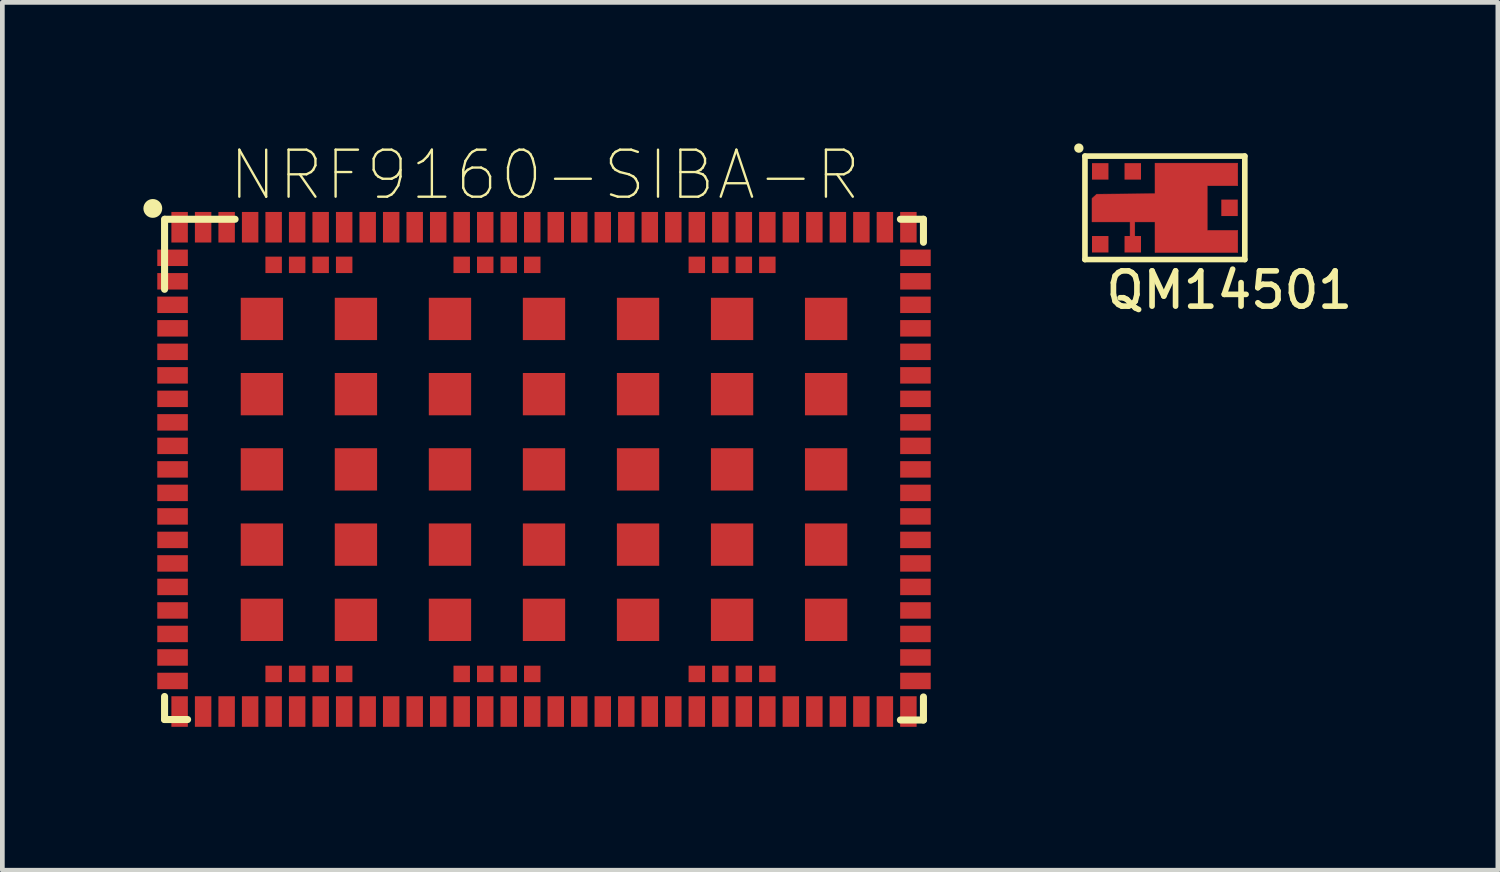
<source format=kicad_pcb>
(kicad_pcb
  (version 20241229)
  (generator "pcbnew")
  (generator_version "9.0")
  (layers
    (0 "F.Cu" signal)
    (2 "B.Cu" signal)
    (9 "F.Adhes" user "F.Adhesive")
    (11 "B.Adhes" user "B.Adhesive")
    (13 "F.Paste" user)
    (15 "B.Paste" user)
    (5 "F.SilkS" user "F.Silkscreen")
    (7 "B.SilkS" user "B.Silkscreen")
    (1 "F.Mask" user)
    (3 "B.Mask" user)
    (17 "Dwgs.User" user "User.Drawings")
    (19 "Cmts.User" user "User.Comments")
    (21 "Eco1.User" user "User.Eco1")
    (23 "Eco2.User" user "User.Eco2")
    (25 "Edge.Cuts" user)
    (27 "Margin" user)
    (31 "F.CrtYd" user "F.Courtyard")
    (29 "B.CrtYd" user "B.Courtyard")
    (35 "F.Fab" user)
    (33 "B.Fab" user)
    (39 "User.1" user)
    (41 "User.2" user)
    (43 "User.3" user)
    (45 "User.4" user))
  (footprint "NRF9160-SIBA-R"
    (layer "F.Cu")
    (at 8.52 6.933)
    (property "Reference" "NRF9160-SIBA-R" (at 0.02 -6.26 0) (layer "F.SilkS") (effects (font (size 1 1) (thickness 0.05))))
    (attr smd)
    (fp_line (start -8.07 -5.32) (end -8.07 -3.83) (stroke (width 0.15) (type solid)) (layer "F.SilkS"))
    (fp_line (start -8.07 5.32) (end -8.07 4.83) (stroke (width 0.15) (type solid)) (layer "F.SilkS"))
    (fp_line (start -8.07 5.32) (end -7.58 5.32) (stroke (width 0.15) (type solid)) (layer "F.SilkS"))
    (fp_line (start -8.06 -5.32) (end -6.57 -5.32) (stroke (width 0.15) (type solid)) (layer "F.SilkS"))
    (fp_line (start 8.07 -5.32) (end 7.58 -5.32) (stroke (width 0.15) (type solid)) (layer "F.SilkS"))
    (fp_line (start 8.07 -5.32) (end 8.07 -4.83) (stroke (width 0.15) (type solid)) (layer "F.SilkS"))
    (fp_line (start 8.07 5.33) (end 7.58 5.33) (stroke (width 0.15) (type solid)) (layer "F.SilkS"))
    (fp_line (start 8.07 5.33) (end 8.07 4.84) (stroke (width 0.15) (type solid)) (layer "F.SilkS"))
    (fp_circle (center -8.32 -5.55) (end -8.22 -5.55) (stroke (width 0.2) (type solid)) (fill no) (layer "F.SilkS"))
    (fp_line (start -8.25 -5.5) (end 8.25 -5.5) (stroke (width 0.05) (type solid)) (layer "Eco1.User"))
    (fp_line (start -8.25 5.5) (end -8.25 -5.5) (stroke (width 0.05) (type solid)) (layer "Eco1.User"))
    (fp_line (start 8.25 -5.5) (end 8.25 5.5) (stroke (width 0.05) (type solid)) (layer "Eco1.User"))
    (fp_line (start 8.25 5.5) (end -8.25 5.5) (stroke (width 0.05) (type solid)) (layer "Eco1.User"))
    (fp_line (start -8 -5.25) (end -8 5.25) (stroke (width 0.127) (type solid)) (layer "Eco2.User"))
    (fp_line (start -8 5.25) (end 8 5.25) (stroke (width 0.127) (type solid)) (layer "Eco2.User"))
    (fp_line (start 8 -5.25) (end -8 -5.25) (stroke (width 0.127) (type solid)) (layer "Eco2.User"))
    (fp_line (start 8 5.25) (end 8 -5.25) (stroke (width 0.127) (type solid)) (layer "Eco2.User"))
    (fp_circle (center -8.32 -5.55) (end -8.22 -5.55) (stroke (width 0.2) (type solid)) (fill no) (layer "Eco2.User"))
    (pad "1" smd rect (at -7.75 -5.15) (size 0.35 0.65) (layers "F.Cu" "F.Mask" "F.Paste"))
    (pad "2" smd rect (at -7.9 -4.5) (size 0.65 0.35) (layers "F.Cu" "F.Mask" "F.Paste"))
    (pad "3" smd rect (at -7.9 -4) (size 0.65 0.35) (layers "F.Cu" "F.Mask" "F.Paste"))
    (pad "4" smd rect (at -7.9 -3.5) (size 0.65 0.35) (layers "F.Cu" "F.Mask" "F.Paste"))
    (pad "5" smd rect (at -7.9 -3) (size 0.65 0.35) (layers "F.Cu" "F.Mask" "F.Paste"))
    (pad "6" smd rect (at -7.9 -2.5) (size 0.65 0.35) (layers "F.Cu" "F.Mask" "F.Paste"))
    (pad "7" smd rect (at -7.9 -2) (size 0.65 0.35) (layers "F.Cu" "F.Mask" "F.Paste"))
    (pad "8" smd rect (at -7.9 -1.5) (size 0.65 0.35) (layers "F.Cu" "F.Mask" "F.Paste"))
    (pad "9" smd rect (at -7.9 -1) (size 0.65 0.35) (layers "F.Cu" "F.Mask" "F.Paste"))
    (pad "10" smd rect (at -7.9 -0.5) (size 0.65 0.35) (layers "F.Cu" "F.Mask" "F.Paste"))
    (pad "11" smd rect (at -7.9 0) (size 0.65 0.35) (layers "F.Cu" "F.Mask" "F.Paste"))
    (pad "12" smd rect (at -7.9 0.5) (size 0.65 0.35) (layers "F.Cu" "F.Mask" "F.Paste"))
    (pad "13" smd rect (at -7.9 1) (size 0.65 0.35) (layers "F.Cu" "F.Mask" "F.Paste"))
    (pad "14" smd rect (at -7.9 1.5) (size 0.65 0.35) (layers "F.Cu" "F.Mask" "F.Paste"))
    (pad "15" smd rect (at -7.9 2) (size 0.65 0.35) (layers "F.Cu" "F.Mask" "F.Paste"))
    (pad "16" smd rect (at -7.9 2.5) (size 0.65 0.35) (layers "F.Cu" "F.Mask" "F.Paste"))
    (pad "17" smd rect (at -7.9 3) (size 0.65 0.35) (layers "F.Cu" "F.Mask" "F.Paste"))
    (pad "18" smd rect (at -7.9 3.5) (size 0.65 0.35) (layers "F.Cu" "F.Mask" "F.Paste"))
    (pad "19" smd rect (at -7.9 4) (size 0.65 0.35) (layers "F.Cu" "F.Mask" "F.Paste"))
    (pad "20" smd rect (at -7.9 4.5) (size 0.65 0.35) (layers "F.Cu" "F.Mask" "F.Paste"))
    (pad "21" smd rect (at -7.75 5.15) (size 0.35 0.65) (layers "F.Cu" "F.Mask" "F.Paste"))
    (pad "22" smd rect (at -7.25 5.15) (size 0.35 0.65) (layers "F.Cu" "F.Mask" "F.Paste"))
    (pad "23" smd rect (at -6.75 5.15) (size 0.35 0.65) (layers "F.Cu" "F.Mask" "F.Paste"))
    (pad "24" smd rect (at -6.25 5.15) (size 0.35 0.65) (layers "F.Cu" "F.Mask" "F.Paste"))
    (pad "25" smd rect (at -5.75 5.15) (size 0.35 0.65) (layers "F.Cu" "F.Mask" "F.Paste"))
    (pad "26" smd rect (at -5.25 5.15) (size 0.35 0.65) (layers "F.Cu" "F.Mask" "F.Paste"))
    (pad "27" smd rect (at -4.75 5.15) (size 0.35 0.65) (layers "F.Cu" "F.Mask" "F.Paste"))
    (pad "28" smd rect (at -4.25 5.15) (size 0.35 0.65) (layers "F.Cu" "F.Mask" "F.Paste"))
    (pad "29" smd rect (at -3.75 5.15) (size 0.35 0.65) (layers "F.Cu" "F.Mask" "F.Paste"))
    (pad "30" smd rect (at -3.25 5.15) (size 0.35 0.65) (layers "F.Cu" "F.Mask" "F.Paste"))
    (pad "31" smd rect (at -2.75 5.15) (size 0.35 0.65) (layers "F.Cu" "F.Mask" "F.Paste"))
    (pad "32" smd rect (at -2.25 5.15) (size 0.35 0.65) (layers "F.Cu" "F.Mask" "F.Paste"))
    (pad "33" smd rect (at -1.75 5.15) (size 0.35 0.65) (layers "F.Cu" "F.Mask" "F.Paste"))
    (pad "34" smd rect (at -1.25 5.15) (size 0.35 0.65) (layers "F.Cu" "F.Mask" "F.Paste"))
    (pad "35" smd rect (at -0.75 5.15) (size 0.35 0.65) (layers "F.Cu" "F.Mask" "F.Paste"))
    (pad "36" smd rect (at -0.25 5.15) (size 0.35 0.65) (layers "F.Cu" "F.Mask" "F.Paste"))
    (pad "37" smd rect (at 0.25 5.15) (size 0.35 0.65) (layers "F.Cu" "F.Mask" "F.Paste"))
    (pad "38" smd rect (at 0.75 5.15) (size 0.35 0.65) (layers "F.Cu" "F.Mask" "F.Paste"))
    (pad "39" smd rect (at 1.25 5.15) (size 0.35 0.65) (layers "F.Cu" "F.Mask" "F.Paste"))
    (pad "40" smd rect (at 1.75 5.15) (size 0.35 0.65) (layers "F.Cu" "F.Mask" "F.Paste"))
    (pad "41" smd rect (at 2.25 5.15) (size 0.35 0.65) (layers "F.Cu" "F.Mask" "F.Paste"))
    (pad "42" smd rect (at 2.75 5.15) (size 0.35 0.65) (layers "F.Cu" "F.Mask" "F.Paste"))
    (pad "43" smd rect (at 3.25 5.15) (size 0.35 0.65) (layers "F.Cu" "F.Mask" "F.Paste"))
    (pad "44" smd rect (at 3.75 5.15) (size 0.35 0.65) (layers "F.Cu" "F.Mask" "F.Paste"))
    (pad "45" smd rect (at 4.25 5.15) (size 0.35 0.65) (layers "F.Cu" "F.Mask" "F.Paste"))
    (pad "46" smd rect (at 4.75 5.15) (size 0.35 0.65) (layers "F.Cu" "F.Mask" "F.Paste"))
    (pad "47" smd rect (at 5.25 5.15) (size 0.35 0.65) (layers "F.Cu" "F.Mask" "F.Paste"))
    (pad "48" smd rect (at 5.75 5.15) (size 0.35 0.65) (layers "F.Cu" "F.Mask" "F.Paste"))
    (pad "49" smd rect (at 6.25 5.15) (size 0.35 0.65) (layers "F.Cu" "F.Mask" "F.Paste"))
    (pad "50" smd rect (at 6.75 5.15) (size 0.35 0.65) (layers "F.Cu" "F.Mask" "F.Paste"))
    (pad "51" smd rect (at 7.25 5.15) (size 0.35 0.65) (layers "F.Cu" "F.Mask" "F.Paste"))
    (pad "52" smd rect (at 7.75 5.15) (size 0.35 0.65) (layers "F.Cu" "F.Mask" "F.Paste"))
    (pad "53" smd rect (at 7.9 4.5 180) (size 0.65 0.35) (layers "F.Cu" "F.Mask" "F.Paste"))
    (pad "54" smd rect (at 7.9 4 180) (size 0.65 0.35) (layers "F.Cu" "F.Mask" "F.Paste"))
    (pad "55" smd rect (at 7.9 3.5 180) (size 0.65 0.35) (layers "F.Cu" "F.Mask" "F.Paste"))
    (pad "56" smd rect (at 7.9 3 180) (size 0.65 0.35) (layers "F.Cu" "F.Mask" "F.Paste"))
    (pad "57" smd rect (at 7.9 2.5 180) (size 0.65 0.35) (layers "F.Cu" "F.Mask" "F.Paste"))
    (pad "58" smd rect (at 7.9 2 180) (size 0.65 0.35) (layers "F.Cu" "F.Mask" "F.Paste"))
    (pad "59" smd rect (at 7.9 1.5 180) (size 0.65 0.35) (layers "F.Cu" "F.Mask" "F.Paste"))
    (pad "60" smd rect (at 7.9 1 180) (size 0.65 0.35) (layers "F.Cu" "F.Mask" "F.Paste"))
    (pad "61" smd rect (at 7.9 0.5 180) (size 0.65 0.35) (layers "F.Cu" "F.Mask" "F.Paste"))
    (pad "62" smd rect (at 7.9 0 180) (size 0.65 0.35) (layers "F.Cu" "F.Mask" "F.Paste"))
    (pad "63" smd rect (at 7.9 -0.5 180) (size 0.65 0.35) (layers "F.Cu" "F.Mask" "F.Paste"))
    (pad "64" smd rect (at 7.9 -1 180) (size 0.65 0.35) (layers "F.Cu" "F.Mask" "F.Paste"))
    (pad "65" smd rect (at 7.9 -1.5 180) (size 0.65 0.35) (layers "F.Cu" "F.Mask" "F.Paste"))
    (pad "66" smd rect (at 7.9 -2 180) (size 0.65 0.35) (layers "F.Cu" "F.Mask" "F.Paste"))
    (pad "67" smd rect (at 7.9 -2.5 180) (size 0.65 0.35) (layers "F.Cu" "F.Mask" "F.Paste"))
    (pad "68" smd rect (at 7.9 -3 180) (size 0.65 0.35) (layers "F.Cu" "F.Mask" "F.Paste"))
    (pad "69" smd rect (at 7.9 -3.5 180) (size 0.65 0.35) (layers "F.Cu" "F.Mask" "F.Paste"))
    (pad "70" smd rect (at 7.9 -4 180) (size 0.65 0.35) (layers "F.Cu" "F.Mask" "F.Paste"))
    (pad "71" smd rect (at 7.9 -4.5 180) (size 0.65 0.35) (layers "F.Cu" "F.Mask" "F.Paste"))
    (pad "72" smd rect (at 7.75 -5.15 180) (size 0.35 0.65) (layers "F.Cu" "F.Mask" "F.Paste"))
    (pad "73" smd rect (at 7.25 -5.15 180) (size 0.35 0.65) (layers "F.Cu" "F.Mask" "F.Paste"))
    (pad "74" smd rect (at 6.75 -5.15 180) (size 0.35 0.65) (layers "F.Cu" "F.Mask" "F.Paste"))
    (pad "75" smd rect (at 6.25 -5.15 180) (size 0.35 0.65) (layers "F.Cu" "F.Mask" "F.Paste"))
    (pad "76" smd rect (at 5.75 -5.15 180) (size 0.35 0.65) (layers "F.Cu" "F.Mask" "F.Paste"))
    (pad "77" smd rect (at 5.25 -5.15 180) (size 0.35 0.65) (layers "F.Cu" "F.Mask" "F.Paste"))
    (pad "78" smd rect (at 4.75 -5.15 180) (size 0.35 0.65) (layers "F.Cu" "F.Mask" "F.Paste"))
    (pad "79" smd rect (at 4.25 -5.15 180) (size 0.35 0.65) (layers "F.Cu" "F.Mask" "F.Paste"))
    (pad "80" smd rect (at 3.75 -5.15 180) (size 0.35 0.65) (layers "F.Cu" "F.Mask" "F.Paste"))
    (pad "81" smd rect (at 3.25 -5.15 180) (size 0.35 0.65) (layers "F.Cu" "F.Mask" "F.Paste"))
    (pad "82" smd rect (at 2.75 -5.15 180) (size 0.35 0.65) (layers "F.Cu" "F.Mask" "F.Paste"))
    (pad "83" smd rect (at 2.25 -5.15 180) (size 0.35 0.65) (layers "F.Cu" "F.Mask" "F.Paste"))
    (pad "84" smd rect (at 1.75 -5.15 180) (size 0.35 0.65) (layers "F.Cu" "F.Mask" "F.Paste"))
    (pad "85" smd rect (at 1.25 -5.15 180) (size 0.35 0.65) (layers "F.Cu" "F.Mask" "F.Paste"))
    (pad "86" smd rect (at 0.75 -5.15 180) (size 0.35 0.65) (layers "F.Cu" "F.Mask" "F.Paste"))
    (pad "87" smd rect (at 0.25 -5.15 180) (size 0.35 0.65) (layers "F.Cu" "F.Mask" "F.Paste"))
    (pad "88" smd rect (at -0.25 -5.15 180) (size 0.35 0.65) (layers "F.Cu" "F.Mask" "F.Paste"))
    (pad "89" smd rect (at -0.75 -5.15 180) (size 0.35 0.65) (layers "F.Cu" "F.Mask" "F.Paste"))
    (pad "90" smd rect (at -1.25 -5.15 180) (size 0.35 0.65) (layers "F.Cu" "F.Mask" "F.Paste"))
    (pad "91" smd rect (at -1.75 -5.15 180) (size 0.35 0.65) (layers "F.Cu" "F.Mask" "F.Paste"))
    (pad "92" smd rect (at -2.25 -5.15 180) (size 0.35 0.65) (layers "F.Cu" "F.Mask" "F.Paste"))
    (pad "93" smd rect (at -2.75 -5.15 180) (size 0.35 0.65) (layers "F.Cu" "F.Mask" "F.Paste"))
    (pad "94" smd rect (at -3.25 -5.15 180) (size 0.35 0.65) (layers "F.Cu" "F.Mask" "F.Paste"))
    (pad "95" smd rect (at -3.75 -5.15 180) (size 0.35 0.65) (layers "F.Cu" "F.Mask" "F.Paste"))
    (pad "96" smd rect (at -4.25 -5.15 180) (size 0.35 0.65) (layers "F.Cu" "F.Mask" "F.Paste"))
    (pad "97" smd rect (at -4.75 -5.15 180) (size 0.35 0.65) (layers "F.Cu" "F.Mask" "F.Paste"))
    (pad "98" smd rect (at -5.25 -5.15 180) (size 0.35 0.65) (layers "F.Cu" "F.Mask" "F.Paste"))
    (pad "99" smd rect (at -5.75 -5.15 180) (size 0.35 0.65) (layers "F.Cu" "F.Mask" "F.Paste"))
    (pad "100" smd rect (at -6.25 -5.15 180) (size 0.35 0.65) (layers "F.Cu" "F.Mask" "F.Paste"))
    (pad "101" smd rect (at -6.75 -5.15 180) (size 0.35 0.65) (layers "F.Cu" "F.Mask" "F.Paste"))
    (pad "102" smd rect (at -7.25 -5.15 180) (size 0.35 0.65) (layers "F.Cu" "F.Mask" "F.Paste"))
    (pad "103_1" smd rect (at -6 3.2) (size 0.9 0.9) (layers "F.Cu" "F.Mask" "F.Paste"))
    (pad "103_2" smd rect (at -6 1.6) (size 0.9 0.9) (layers "F.Cu" "F.Mask" "F.Paste"))
    (pad "103_3" smd rect (at -6 0) (size 0.9 0.9) (layers "F.Cu" "F.Mask" "F.Paste"))
    (pad "103_4" smd rect (at -6 -1.6) (size 0.9 0.9) (layers "F.Cu" "F.Mask" "F.Paste"))
    (pad "103_5" smd rect (at -6 -3.2) (size 0.9 0.9) (layers "F.Cu" "F.Mask" "F.Paste"))
    (pad "103_6" smd rect (at -4 3.2) (size 0.9 0.9) (layers "F.Cu" "F.Mask" "F.Paste"))
    (pad "103_7" smd rect (at -4 1.6) (size 0.9 0.9) (layers "F.Cu" "F.Mask" "F.Paste"))
    (pad "103_8" smd rect (at -4 0) (size 0.9 0.9) (layers "F.Cu" "F.Mask" "F.Paste"))
    (pad "103_9" smd rect (at -4 -1.6) (size 0.9 0.9) (layers "F.Cu" "F.Mask" "F.Paste"))
    (pad "103_10" smd rect (at -4 -3.2) (size 0.9 0.9) (layers "F.Cu" "F.Mask" "F.Paste"))
    (pad "103_11" smd rect (at -2 3.2) (size 0.9 0.9) (layers "F.Cu" "F.Mask" "F.Paste"))
    (pad "103_12" smd rect (at -2 1.6) (size 0.9 0.9) (layers "F.Cu" "F.Mask" "F.Paste"))
    (pad "103_13" smd rect (at -2 0) (size 0.9 0.9) (layers "F.Cu" "F.Mask" "F.Paste"))
    (pad "103_14" smd rect (at -2 -1.6) (size 0.9 0.9) (layers "F.Cu" "F.Mask" "F.Paste"))
    (pad "103_15" smd rect (at -2 -3.2) (size 0.9 0.9) (layers "F.Cu" "F.Mask" "F.Paste"))
    (pad "103_16" smd rect (at 0 3.2) (size 0.9 0.9) (layers "F.Cu" "F.Mask" "F.Paste"))
    (pad "103_17" smd rect (at 0 1.6) (size 0.9 0.9) (layers "F.Cu" "F.Mask" "F.Paste"))
    (pad "103_18" smd rect (at 0 0) (size 0.9 0.9) (layers "F.Cu" "F.Mask" "F.Paste"))
    (pad "103_19" smd rect (at 0 -1.6) (size 0.9 0.9) (layers "F.Cu" "F.Mask" "F.Paste"))
    (pad "103_20" smd rect (at 0 -3.2) (size 0.9 0.9) (layers "F.Cu" "F.Mask" "F.Paste"))
    (pad "103_21" smd rect (at 2 3.2) (size 0.9 0.9) (layers "F.Cu" "F.Mask" "F.Paste"))
    (pad "103_22" smd rect (at 2 1.6) (size 0.9 0.9) (layers "F.Cu" "F.Mask" "F.Paste"))
    (pad "103_23" smd rect (at 2 0) (size 0.9 0.9) (layers "F.Cu" "F.Mask" "F.Paste"))
    (pad "103_24" smd rect (at 2 -1.6) (size 0.9 0.9) (layers "F.Cu" "F.Mask" "F.Paste"))
    (pad "103_25" smd rect (at 2 -3.2) (size 0.9 0.9) (layers "F.Cu" "F.Mask" "F.Paste"))
    (pad "103_26" smd rect (at 4 3.2) (size 0.9 0.9) (layers "F.Cu" "F.Mask" "F.Paste"))
    (pad "103_27" smd rect (at 4 1.6) (size 0.9 0.9) (layers "F.Cu" "F.Mask" "F.Paste"))
    (pad "103_28" smd rect (at 4 0) (size 0.9 0.9) (layers "F.Cu" "F.Mask" "F.Paste"))
    (pad "103_29" smd rect (at 4 -1.6) (size 0.9 0.9) (layers "F.Cu" "F.Mask" "F.Paste"))
    (pad "103_30" smd rect (at 4 -3.2) (size 0.9 0.9) (layers "F.Cu" "F.Mask" "F.Paste"))
    (pad "103_31" smd rect (at 6 3.2) (size 0.9 0.9) (layers "F.Cu" "F.Mask" "F.Paste"))
    (pad "103_32" smd rect (at 6 1.6) (size 0.9 0.9) (layers "F.Cu" "F.Mask" "F.Paste"))
    (pad "103_33" smd rect (at 6 0) (size 0.9 0.9) (layers "F.Cu" "F.Mask" "F.Paste"))
    (pad "103_34" smd rect (at 6 -1.6) (size 0.9 0.9) (layers "F.Cu" "F.Mask" "F.Paste"))
    (pad "103_35" smd rect (at 6 -3.2) (size 0.9 0.9) (layers "F.Cu" "F.Mask" "F.Paste"))
    (pad "104" smd rect (at -5.75 4.35) (size 0.35 0.35) (layers "F.Cu" "F.Mask" "F.Paste"))
    (pad "105" smd rect (at -5.25 4.35) (size 0.35 0.35) (layers "F.Cu" "F.Mask" "F.Paste"))
    (pad "106" smd rect (at -4.75 4.35) (size 0.35 0.35) (layers "F.Cu" "F.Mask" "F.Paste"))
    (pad "107" smd rect (at -4.25 4.35) (size 0.35 0.35) (layers "F.Cu" "F.Mask" "F.Paste"))
    (pad "108" smd rect (at -1.75 4.35) (size 0.35 0.35) (layers "F.Cu" "F.Mask" "F.Paste"))
    (pad "109" smd rect (at -1.25 4.35) (size 0.35 0.35) (layers "F.Cu" "F.Mask" "F.Paste"))
    (pad "110" smd rect (at -0.75 4.35) (size 0.35 0.35) (layers "F.Cu" "F.Mask" "F.Paste"))
    (pad "111" smd rect (at -0.25 4.35) (size 0.35 0.35) (layers "F.Cu" "F.Mask" "F.Paste"))
    (pad "112" smd rect (at 3.25 4.35) (size 0.35 0.35) (layers "F.Cu" "F.Mask" "F.Paste"))
    (pad "113" smd rect (at 3.75 4.35) (size 0.35 0.35) (layers "F.Cu" "F.Mask" "F.Paste"))
    (pad "114" smd rect (at 4.25 4.35) (size 0.35 0.35) (layers "F.Cu" "F.Mask" "F.Paste"))
    (pad "115" smd rect (at 4.75 4.35) (size 0.35 0.35) (layers "F.Cu" "F.Mask" "F.Paste"))
    (pad "116" smd rect (at 4.75 -4.35) (size 0.35 0.35) (layers "F.Cu" "F.Mask" "F.Paste"))
    (pad "117" smd rect (at 4.25 -4.35) (size 0.35 0.35) (layers "F.Cu" "F.Mask" "F.Paste"))
    (pad "118" smd rect (at 3.75 -4.35) (size 0.35 0.35) (layers "F.Cu" "F.Mask" "F.Paste"))
    (pad "119" smd rect (at 3.25 -4.35) (size 0.35 0.35) (layers "F.Cu" "F.Mask" "F.Paste"))
    (pad "120" smd rect (at -0.25 -4.35) (size 0.35 0.35) (layers "F.Cu" "F.Mask" "F.Paste"))
    (pad "121" smd rect (at -0.75 -4.35) (size 0.35 0.35) (layers "F.Cu" "F.Mask" "F.Paste"))
    (pad "122" smd rect (at -1.25 -4.35) (size 0.35 0.35) (layers "F.Cu" "F.Mask" "F.Paste"))
    (pad "123" smd rect (at -1.75 -4.35) (size 0.35 0.35) (layers "F.Cu" "F.Mask" "F.Paste"))
    (pad "124" smd rect (at -4.25 -4.35) (size 0.35 0.35) (layers "F.Cu" "F.Mask" "F.Paste"))
    (pad "125" smd rect (at -4.75 -4.35) (size 0.35 0.35) (layers "F.Cu" "F.Mask" "F.Paste"))
    (pad "126" smd rect (at -5.25 -4.35) (size 0.35 0.35) (layers "F.Cu" "F.Mask" "F.Paste"))
    (pad "127" smd rect (at -5.75 -4.35) (size 0.35 0.35) (layers "F.Cu" "F.Mask" "F.Paste")))
  (footprint "QM14501"
    (layer "F.Cu")
    (at 21.725 1.37)
    (property "Reference" "QM14501" (at 1.37 1.75 0) (layer "F.SilkS") (effects (font (size 0.75 0.75) (thickness 0.12))))
    (attr through_hole)
    (fp_poly (pts (xy -0.74 0.6) (xy -0.74 0.3) (xy -1.55 0.3) (xy -1.55 -0.2) (xy -1.45 -0.29) (xy -0.21 -0.3) (xy -0.21 -0.95) (xy 1.55 -0.95) (xy 1.55 -0.47) (xy 0.9 -0.47) (xy 0.9 0.48) (xy 1.55 0.48) (xy 1.55 0.95) (xy -0.21 0.95) (xy -0.21 0.3) (xy -0.64 0.3) (xy -0.64 0.6)) (stroke (width 0.01) (type solid)) (fill yes) (layer "F.Cu"))
    (fp_line (start -1.7 -1.1) (end -1.7 1.1) (stroke (width 0.12) (type solid)) (layer "F.SilkS"))
    (fp_line (start 1.7 -1.1) (end -1.7 -1.1) (stroke (width 0.12) (type solid)) (layer "F.SilkS"))
    (fp_line (start 1.7 -1.1) (end 1.7 1.1) (stroke (width 0.12) (type solid)) (layer "F.SilkS"))
    (fp_line (start 1.7 1.1) (end -1.7 1.1) (stroke (width 0.12) (type solid)) (layer "F.SilkS"))
    (fp_circle (center -1.83 -1.27) (end -1.78 -1.27) (stroke (width 0.1) (type solid)) (fill no) (layer "F.SilkS"))
    (pad "1" smd rect (at -1.375 -0.775) (size 0.35 0.35) (layers "F.Cu" "F.Mask" "F.Paste"))
    (pad "2" smd rect (at -0.683 0.775) (size 0.35 0.35) (layers "F.Cu" "F.Mask" "F.Paste"))
    (pad "3" smd rect (at -1.375 0.775) (size 0.35 0.35) (layers "F.Cu" "F.Mask" "F.Paste"))
    (pad "8" smd rect (at 1.375 0) (size 0.35 0.35) (layers "F.Cu" "F.Mask" "F.Paste"))
    (pad "12" smd rect (at -0.683 -0.775) (size 0.35 0.35) (layers "F.Cu" "F.Mask" "F.Paste")))
  (gr_rect
    (start -3 -3)
    (end 28.807 15.458)
    (stroke (width 0.1) (type default))
    (fill no)
    (layer "Edge.Cuts")))
</source>
